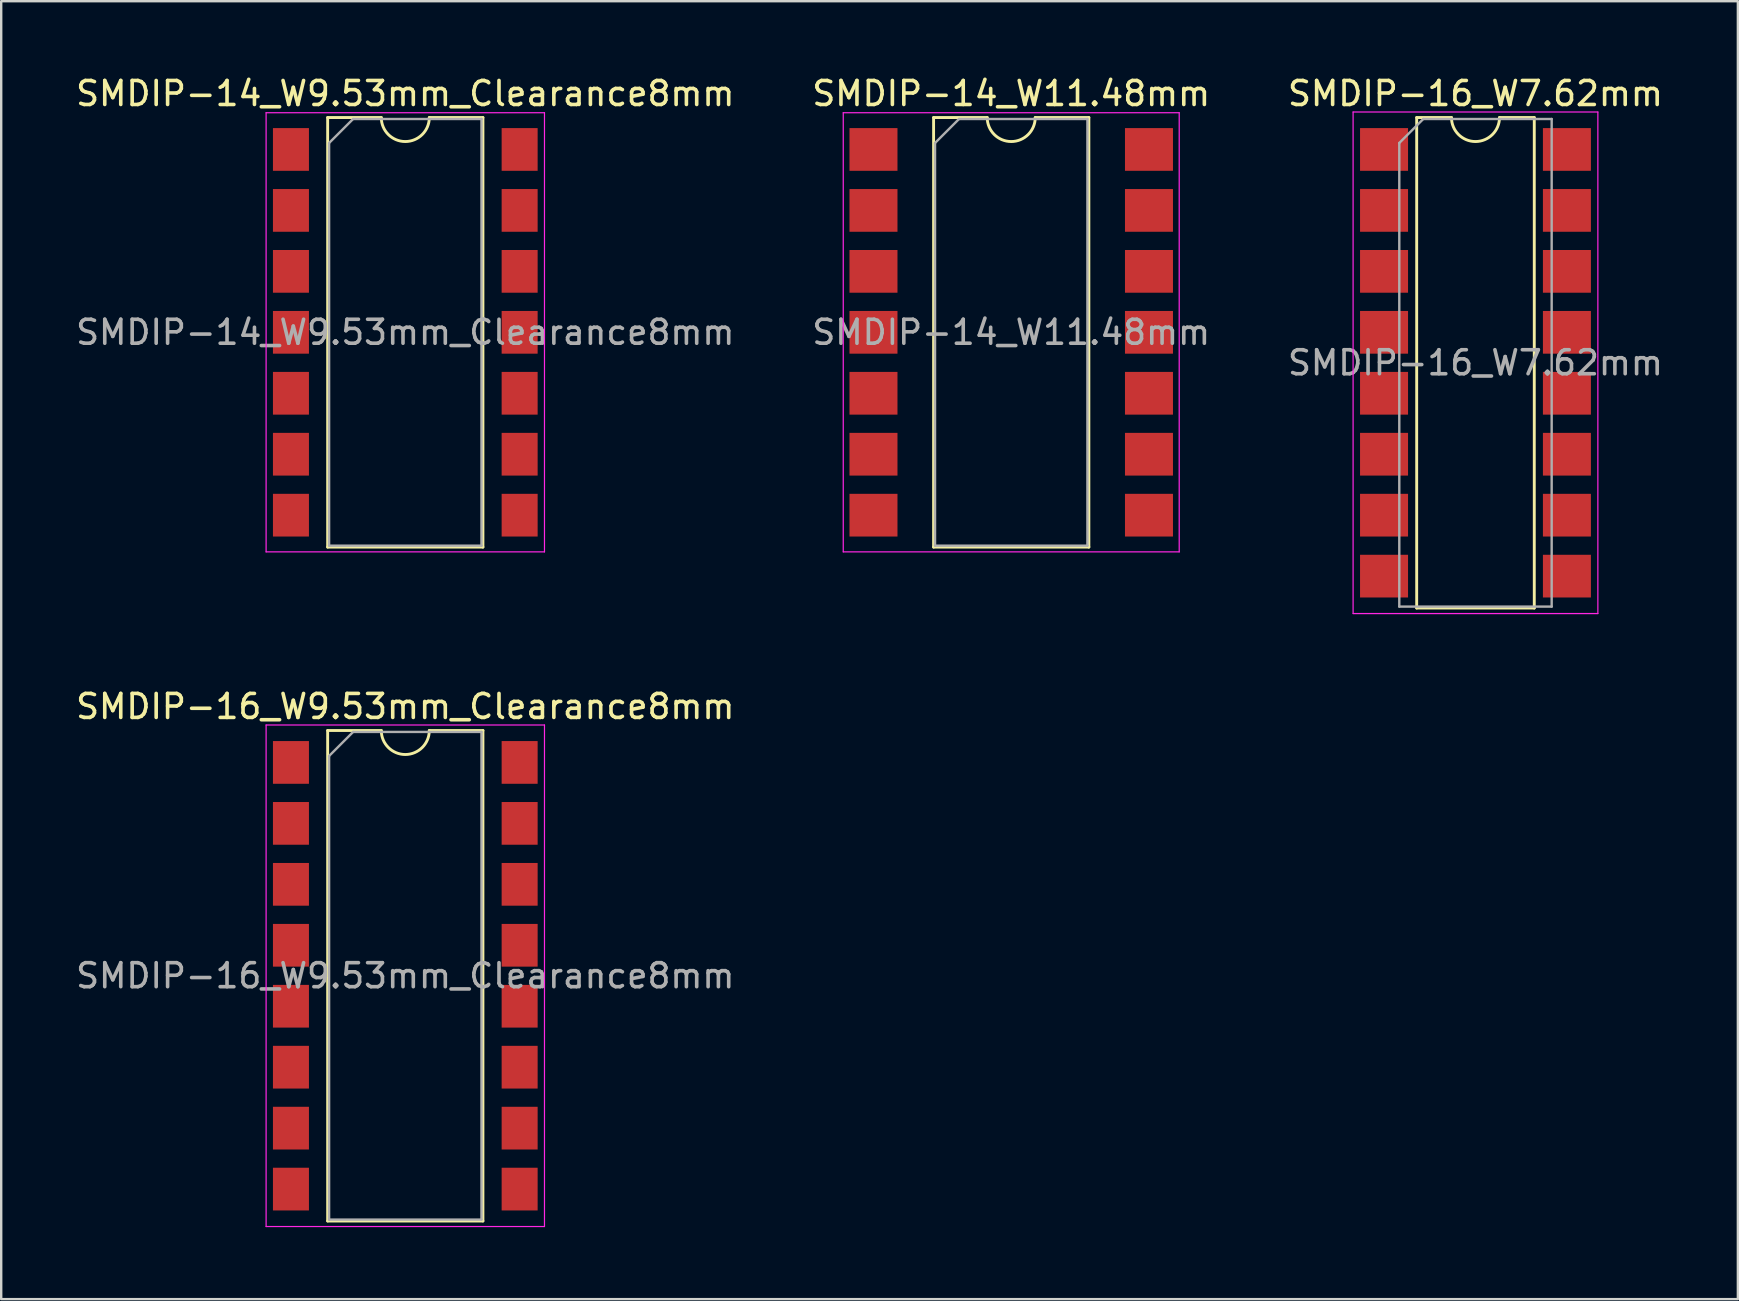
<source format=kicad_pcb>
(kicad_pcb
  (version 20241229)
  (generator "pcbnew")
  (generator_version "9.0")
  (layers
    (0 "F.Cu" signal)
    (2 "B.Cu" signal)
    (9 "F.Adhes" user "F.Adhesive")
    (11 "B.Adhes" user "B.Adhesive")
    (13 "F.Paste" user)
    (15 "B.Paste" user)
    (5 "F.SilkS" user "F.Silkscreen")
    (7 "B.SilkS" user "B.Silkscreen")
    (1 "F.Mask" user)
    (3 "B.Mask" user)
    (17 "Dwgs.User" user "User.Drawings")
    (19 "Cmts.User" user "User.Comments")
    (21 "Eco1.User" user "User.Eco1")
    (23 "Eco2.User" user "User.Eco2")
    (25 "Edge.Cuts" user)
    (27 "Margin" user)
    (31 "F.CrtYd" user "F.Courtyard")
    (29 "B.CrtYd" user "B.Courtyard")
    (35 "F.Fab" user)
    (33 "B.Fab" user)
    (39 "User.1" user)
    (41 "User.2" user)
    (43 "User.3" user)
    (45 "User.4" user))
  (footprint "SMDIP-14_W11.48mm"
    (layer "F.Cu")
    (at 39.089 10.798)
    (property "Reference" "SMDIP-14_W11.48mm" (at 0 -9.95 0) (layer "F.SilkS") (effects (font (size 1 1) (thickness 0.15))))
    (attr smd)
    (fp_line (start -3.235 -8.95) (end -3.235 8.95) (stroke (width 0.12) (type solid)) (layer "F.SilkS"))
    (fp_line (start -3.235 8.95) (end 3.235 8.95) (stroke (width 0.12) (type solid)) (layer "F.SilkS"))
    (fp_line (start -1 -8.95) (end -3.235 -8.95) (stroke (width 0.12) (type solid)) (layer "F.SilkS"))
    (fp_line (start 3.235 -8.95) (end 1 -8.95) (stroke (width 0.12) (type solid)) (layer "F.SilkS"))
    (fp_line (start 3.235 8.95) (end 3.235 -8.95) (stroke (width 0.12) (type solid)) (layer "F.SilkS"))
    (fp_arc (start 1 -8.95) (mid 0 -7.95) (end -1 -8.95) (stroke (width 0.12) (type solid)) (layer "F.SilkS"))
    (fp_line (start -7 -9.15) (end -7 9.15) (stroke (width 0.05) (type solid)) (layer "F.CrtYd"))
    (fp_line (start -7 9.15) (end 7 9.15) (stroke (width 0.05) (type solid)) (layer "F.CrtYd"))
    (fp_line (start 7 -9.15) (end -7 -9.15) (stroke (width 0.05) (type solid)) (layer "F.CrtYd"))
    (fp_line (start 7 9.15) (end 7 -9.15) (stroke (width 0.05) (type solid)) (layer "F.CrtYd"))
    (fp_line (start -3.175 -7.89) (end -2.175 -8.89) (stroke (width 0.1) (type solid)) (layer "F.Fab"))
    (fp_line (start -3.175 8.89) (end -3.175 -7.89) (stroke (width 0.1) (type solid)) (layer "F.Fab"))
    (fp_line (start -2.175 -8.89) (end 3.175 -8.89) (stroke (width 0.1) (type solid)) (layer "F.Fab"))
    (fp_line (start 3.175 -8.89) (end 3.175 8.89) (stroke (width 0.1) (type solid)) (layer "F.Fab"))
    (fp_line (start 3.175 8.89) (end -3.175 8.89) (stroke (width 0.1) (type solid)) (layer "F.Fab"))
    (fp_text user "${REFERENCE}" (at 0 0 0) (layer "F.Fab") (effects (font (size 1 1) (thickness 0.15))))
    (pad "1" smd rect (at -5.74 -7.62) (size 2 1.78) (layers "F.Cu" "F.Mask" "F.Paste"))
    (pad "2" smd rect (at -5.74 -5.08) (size 2 1.78) (layers "F.Cu" "F.Mask" "F.Paste"))
    (pad "3" smd rect (at -5.74 -2.54) (size 2 1.78) (layers "F.Cu" "F.Mask" "F.Paste"))
    (pad "4" smd rect (at -5.74 0) (size 2 1.78) (layers "F.Cu" "F.Mask" "F.Paste"))
    (pad "5" smd rect (at -5.74 2.54) (size 2 1.78) (layers "F.Cu" "F.Mask" "F.Paste"))
    (pad "6" smd rect (at -5.74 5.08) (size 2 1.78) (layers "F.Cu" "F.Mask" "F.Paste"))
    (pad "7" smd rect (at -5.74 7.62) (size 2 1.78) (layers "F.Cu" "F.Mask" "F.Paste"))
    (pad "8" smd rect (at 5.74 7.62) (size 2 1.78) (layers "F.Cu" "F.Mask" "F.Paste"))
    (pad "9" smd rect (at 5.74 5.08) (size 2 1.78) (layers "F.Cu" "F.Mask" "F.Paste"))
    (pad "10" smd rect (at 5.74 2.54) (size 2 1.78) (layers "F.Cu" "F.Mask" "F.Paste"))
    (pad "11" smd rect (at 5.74 0) (size 2 1.78) (layers "F.Cu" "F.Mask" "F.Paste"))
    (pad "12" smd rect (at 5.74 -2.54) (size 2 1.78) (layers "F.Cu" "F.Mask" "F.Paste"))
    (pad "13" smd rect (at 5.74 -5.08) (size 2 1.78) (layers "F.Cu" "F.Mask" "F.Paste"))
    (pad "14" smd rect (at 5.74 -7.62) (size 2 1.78) (layers "F.Cu" "F.Mask" "F.Paste")))
  (footprint "SMDIP-16_W7.62mm"
    (layer "F.Cu")
    (at 58.435 12.068)
    (property "Reference" "SMDIP-16_W7.62mm" (at 0 -11.22 0) (layer "F.SilkS") (effects (font (size 1 1) (thickness 0.15))))
    (attr smd)
    (fp_line (start -2.45 -10.22) (end -2.45 10.22) (stroke (width 0.12) (type solid)) (layer "F.SilkS"))
    (fp_line (start -2.45 10.22) (end 2.45 10.22) (stroke (width 0.12) (type solid)) (layer "F.SilkS"))
    (fp_line (start -1 -10.22) (end -2.45 -10.22) (stroke (width 0.12) (type solid)) (layer "F.SilkS"))
    (fp_line (start 2.45 -10.22) (end 1 -10.22) (stroke (width 0.12) (type solid)) (layer "F.SilkS"))
    (fp_line (start 2.45 10.22) (end 2.45 -10.22) (stroke (width 0.12) (type solid)) (layer "F.SilkS"))
    (fp_arc (start 1 -10.22) (mid 0 -9.22) (end -1 -10.22) (stroke (width 0.12) (type solid)) (layer "F.SilkS"))
    (fp_line (start -5.1 -10.45) (end -5.1 10.45) (stroke (width 0.05) (type solid)) (layer "F.CrtYd"))
    (fp_line (start -5.1 10.45) (end 5.1 10.45) (stroke (width 0.05) (type solid)) (layer "F.CrtYd"))
    (fp_line (start 5.1 -10.45) (end -5.1 -10.45) (stroke (width 0.05) (type solid)) (layer "F.CrtYd"))
    (fp_line (start 5.1 10.45) (end 5.1 -10.45) (stroke (width 0.05) (type solid)) (layer "F.CrtYd"))
    (fp_line (start -3.175 -9.16) (end -2.175 -10.16) (stroke (width 0.1) (type solid)) (layer "F.Fab"))
    (fp_line (start -3.175 10.16) (end -3.175 -9.16) (stroke (width 0.1) (type solid)) (layer "F.Fab"))
    (fp_line (start -2.175 -10.16) (end 3.175 -10.16) (stroke (width 0.1) (type solid)) (layer "F.Fab"))
    (fp_line (start 3.175 -10.16) (end 3.175 10.16) (stroke (width 0.1) (type solid)) (layer "F.Fab"))
    (fp_line (start 3.175 10.16) (end -3.175 10.16) (stroke (width 0.1) (type solid)) (layer "F.Fab"))
    (fp_text user "${REFERENCE}" (at 0 0 0) (layer "F.Fab") (effects (font (size 1 1) (thickness 0.15))))
    (pad "1" smd rect (at -3.81 -8.89) (size 2 1.78) (layers "F.Cu" "F.Mask" "F.Paste"))
    (pad "2" smd rect (at -3.81 -6.35) (size 2 1.78) (layers "F.Cu" "F.Mask" "F.Paste"))
    (pad "3" smd rect (at -3.81 -3.81) (size 2 1.78) (layers "F.Cu" "F.Mask" "F.Paste"))
    (pad "4" smd rect (at -3.81 -1.27) (size 2 1.78) (layers "F.Cu" "F.Mask" "F.Paste"))
    (pad "5" smd rect (at -3.81 1.27) (size 2 1.78) (layers "F.Cu" "F.Mask" "F.Paste"))
    (pad "6" smd rect (at -3.81 3.81) (size 2 1.78) (layers "F.Cu" "F.Mask" "F.Paste"))
    (pad "7" smd rect (at -3.81 6.35) (size 2 1.78) (layers "F.Cu" "F.Mask" "F.Paste"))
    (pad "8" smd rect (at -3.81 8.89) (size 2 1.78) (layers "F.Cu" "F.Mask" "F.Paste"))
    (pad "9" smd rect (at 3.81 8.89) (size 2 1.78) (layers "F.Cu" "F.Mask" "F.Paste"))
    (pad "10" smd rect (at 3.81 6.35) (size 2 1.78) (layers "F.Cu" "F.Mask" "F.Paste"))
    (pad "11" smd rect (at 3.81 3.81) (size 2 1.78) (layers "F.Cu" "F.Mask" "F.Paste"))
    (pad "12" smd rect (at 3.81 1.27) (size 2 1.78) (layers "F.Cu" "F.Mask" "F.Paste"))
    (pad "13" smd rect (at 3.81 -1.27) (size 2 1.78) (layers "F.Cu" "F.Mask" "F.Paste"))
    (pad "14" smd rect (at 3.81 -3.81) (size 2 1.78) (layers "F.Cu" "F.Mask" "F.Paste"))
    (pad "15" smd rect (at 3.81 -6.35) (size 2 1.78) (layers "F.Cu" "F.Mask" "F.Paste"))
    (pad "16" smd rect (at 3.81 -8.89) (size 2 1.78) (layers "F.Cu" "F.Mask" "F.Paste")))
  (footprint "SMDIP-16_W9.53mm_Clearance8mm"
    (layer "F.Cu")
    (at 13.839 37.611)
    (property "Reference" "SMDIP-16_W9.53mm_Clearance8mm" (at 0 -11.22 0) (layer "F.SilkS") (effects (font (size 1 1) (thickness 0.15))))
    (attr smd)
    (fp_line (start -3.235 -10.22) (end -3.235 10.22) (stroke (width 0.12) (type solid)) (layer "F.SilkS"))
    (fp_line (start -3.235 10.22) (end 3.235 10.22) (stroke (width 0.12) (type solid)) (layer "F.SilkS"))
    (fp_line (start -1 -10.22) (end -3.235 -10.22) (stroke (width 0.12) (type solid)) (layer "F.SilkS"))
    (fp_line (start 3.235 -10.22) (end 1 -10.22) (stroke (width 0.12) (type solid)) (layer "F.SilkS"))
    (fp_line (start 3.235 10.22) (end 3.235 -10.22) (stroke (width 0.12) (type solid)) (layer "F.SilkS"))
    (fp_arc (start 1 -10.22) (mid 0 -9.22) (end -1 -10.22) (stroke (width 0.12) (type solid)) (layer "F.SilkS"))
    (fp_line (start -5.8 -10.45) (end -5.8 10.45) (stroke (width 0.05) (type solid)) (layer "F.CrtYd"))
    (fp_line (start -5.8 10.45) (end 5.8 10.45) (stroke (width 0.05) (type solid)) (layer "F.CrtYd"))
    (fp_line (start 5.8 -10.45) (end -5.8 -10.45) (stroke (width 0.05) (type solid)) (layer "F.CrtYd"))
    (fp_line (start 5.8 10.45) (end 5.8 -10.45) (stroke (width 0.05) (type solid)) (layer "F.CrtYd"))
    (fp_line (start -3.175 -9.16) (end -2.175 -10.16) (stroke (width 0.1) (type solid)) (layer "F.Fab"))
    (fp_line (start -3.175 10.16) (end -3.175 -9.16) (stroke (width 0.1) (type solid)) (layer "F.Fab"))
    (fp_line (start -2.175 -10.16) (end 3.175 -10.16) (stroke (width 0.1) (type solid)) (layer "F.Fab"))
    (fp_line (start 3.175 -10.16) (end 3.175 10.16) (stroke (width 0.1) (type solid)) (layer "F.Fab"))
    (fp_line (start 3.175 10.16) (end -3.175 10.16) (stroke (width 0.1) (type solid)) (layer "F.Fab"))
    (fp_text user "${REFERENCE}" (at 0 0 0) (layer "F.Fab") (effects (font (size 1 1) (thickness 0.15))))
    (pad "1" smd rect (at -4.765 -8.89) (size 1.5 1.78) (layers "F.Cu" "F.Mask" "F.Paste"))
    (pad "2" smd rect (at -4.765 -6.35) (size 1.5 1.78) (layers "F.Cu" "F.Mask" "F.Paste"))
    (pad "3" smd rect (at -4.765 -3.81) (size 1.5 1.78) (layers "F.Cu" "F.Mask" "F.Paste"))
    (pad "4" smd rect (at -4.765 -1.27) (size 1.5 1.78) (layers "F.Cu" "F.Mask" "F.Paste"))
    (pad "5" smd rect (at -4.765 1.27) (size 1.5 1.78) (layers "F.Cu" "F.Mask" "F.Paste"))
    (pad "6" smd rect (at -4.765 3.81) (size 1.5 1.78) (layers "F.Cu" "F.Mask" "F.Paste"))
    (pad "7" smd rect (at -4.765 6.35) (size 1.5 1.78) (layers "F.Cu" "F.Mask" "F.Paste"))
    (pad "8" smd rect (at -4.765 8.89) (size 1.5 1.78) (layers "F.Cu" "F.Mask" "F.Paste"))
    (pad "9" smd rect (at 4.765 8.89) (size 1.5 1.78) (layers "F.Cu" "F.Mask" "F.Paste"))
    (pad "10" smd rect (at 4.765 6.35) (size 1.5 1.78) (layers "F.Cu" "F.Mask" "F.Paste"))
    (pad "11" smd rect (at 4.765 3.81) (size 1.5 1.78) (layers "F.Cu" "F.Mask" "F.Paste"))
    (pad "12" smd rect (at 4.765 1.27) (size 1.5 1.78) (layers "F.Cu" "F.Mask" "F.Paste"))
    (pad "13" smd rect (at 4.765 -1.27) (size 1.5 1.78) (layers "F.Cu" "F.Mask" "F.Paste"))
    (pad "14" smd rect (at 4.765 -3.81) (size 1.5 1.78) (layers "F.Cu" "F.Mask" "F.Paste"))
    (pad "15" smd rect (at 4.765 -6.35) (size 1.5 1.78) (layers "F.Cu" "F.Mask" "F.Paste"))
    (pad "16" smd rect (at 4.765 -8.89) (size 1.5 1.78) (layers "F.Cu" "F.Mask" "F.Paste")))
  (footprint "SMDIP-14_W9.53mm_Clearance8mm"
    (layer "F.Cu")
    (at 13.839 10.798)
    (property "Reference" "SMDIP-14_W9.53mm_Clearance8mm" (at 0 -9.95 0) (layer "F.SilkS") (effects (font (size 1 1) (thickness 0.15))))
    (attr smd)
    (fp_line (start -3.235 -8.95) (end -3.235 8.95) (stroke (width 0.12) (type solid)) (layer "F.SilkS"))
    (fp_line (start -3.235 8.95) (end 3.235 8.95) (stroke (width 0.12) (type solid)) (layer "F.SilkS"))
    (fp_line (start -1 -8.95) (end -3.235 -8.95) (stroke (width 0.12) (type solid)) (layer "F.SilkS"))
    (fp_line (start 3.235 -8.95) (end 1 -8.95) (stroke (width 0.12) (type solid)) (layer "F.SilkS"))
    (fp_line (start 3.235 8.95) (end 3.235 -8.95) (stroke (width 0.12) (type solid)) (layer "F.SilkS"))
    (fp_arc (start 1 -8.95) (mid 0 -7.95) (end -1 -8.95) (stroke (width 0.12) (type solid)) (layer "F.SilkS"))
    (fp_line (start -5.8 -9.15) (end -5.8 9.15) (stroke (width 0.05) (type solid)) (layer "F.CrtYd"))
    (fp_line (start -5.8 9.15) (end 5.8 9.15) (stroke (width 0.05) (type solid)) (layer "F.CrtYd"))
    (fp_line (start 5.8 -9.15) (end -5.8 -9.15) (stroke (width 0.05) (type solid)) (layer "F.CrtYd"))
    (fp_line (start 5.8 9.15) (end 5.8 -9.15) (stroke (width 0.05) (type solid)) (layer "F.CrtYd"))
    (fp_line (start -3.175 -7.89) (end -2.175 -8.89) (stroke (width 0.1) (type solid)) (layer "F.Fab"))
    (fp_line (start -3.175 8.89) (end -3.175 -7.89) (stroke (width 0.1) (type solid)) (layer "F.Fab"))
    (fp_line (start -2.175 -8.89) (end 3.175 -8.89) (stroke (width 0.1) (type solid)) (layer "F.Fab"))
    (fp_line (start 3.175 -8.89) (end 3.175 8.89) (stroke (width 0.1) (type solid)) (layer "F.Fab"))
    (fp_line (start 3.175 8.89) (end -3.175 8.89) (stroke (width 0.1) (type solid)) (layer "F.Fab"))
    (fp_text user "${REFERENCE}" (at 0 0 0) (layer "F.Fab") (effects (font (size 1 1) (thickness 0.15))))
    (pad "1" smd rect (at -4.765 -7.62) (size 1.5 1.78) (layers "F.Cu" "F.Mask" "F.Paste"))
    (pad "2" smd rect (at -4.765 -5.08) (size 1.5 1.78) (layers "F.Cu" "F.Mask" "F.Paste"))
    (pad "3" smd rect (at -4.765 -2.54) (size 1.5 1.78) (layers "F.Cu" "F.Mask" "F.Paste"))
    (pad "4" smd rect (at -4.765 0) (size 1.5 1.78) (layers "F.Cu" "F.Mask" "F.Paste"))
    (pad "5" smd rect (at -4.765 2.54) (size 1.5 1.78) (layers "F.Cu" "F.Mask" "F.Paste"))
    (pad "6" smd rect (at -4.765 5.08) (size 1.5 1.78) (layers "F.Cu" "F.Mask" "F.Paste"))
    (pad "7" smd rect (at -4.765 7.62) (size 1.5 1.78) (layers "F.Cu" "F.Mask" "F.Paste"))
    (pad "8" smd rect (at 4.765 7.62) (size 1.5 1.78) (layers "F.Cu" "F.Mask" "F.Paste"))
    (pad "9" smd rect (at 4.765 5.08) (size 1.5 1.78) (layers "F.Cu" "F.Mask" "F.Paste"))
    (pad "10" smd rect (at 4.765 2.54) (size 1.5 1.78) (layers "F.Cu" "F.Mask" "F.Paste"))
    (pad "11" smd rect (at 4.765 0) (size 1.5 1.78) (layers "F.Cu" "F.Mask" "F.Paste"))
    (pad "12" smd rect (at 4.765 -2.54) (size 1.5 1.78) (layers "F.Cu" "F.Mask" "F.Paste"))
    (pad "13" smd rect (at 4.765 -5.08) (size 1.5 1.78) (layers "F.Cu" "F.Mask" "F.Paste"))
    (pad "14" smd rect (at 4.765 -7.62) (size 1.5 1.78) (layers "F.Cu" "F.Mask" "F.Paste")))
  (gr_rect
    (start -3 -3)
    (end 69.369 51.087)
    (stroke (width 0.1) (type default))
    (fill no)
    (layer "Edge.Cuts")))
</source>
